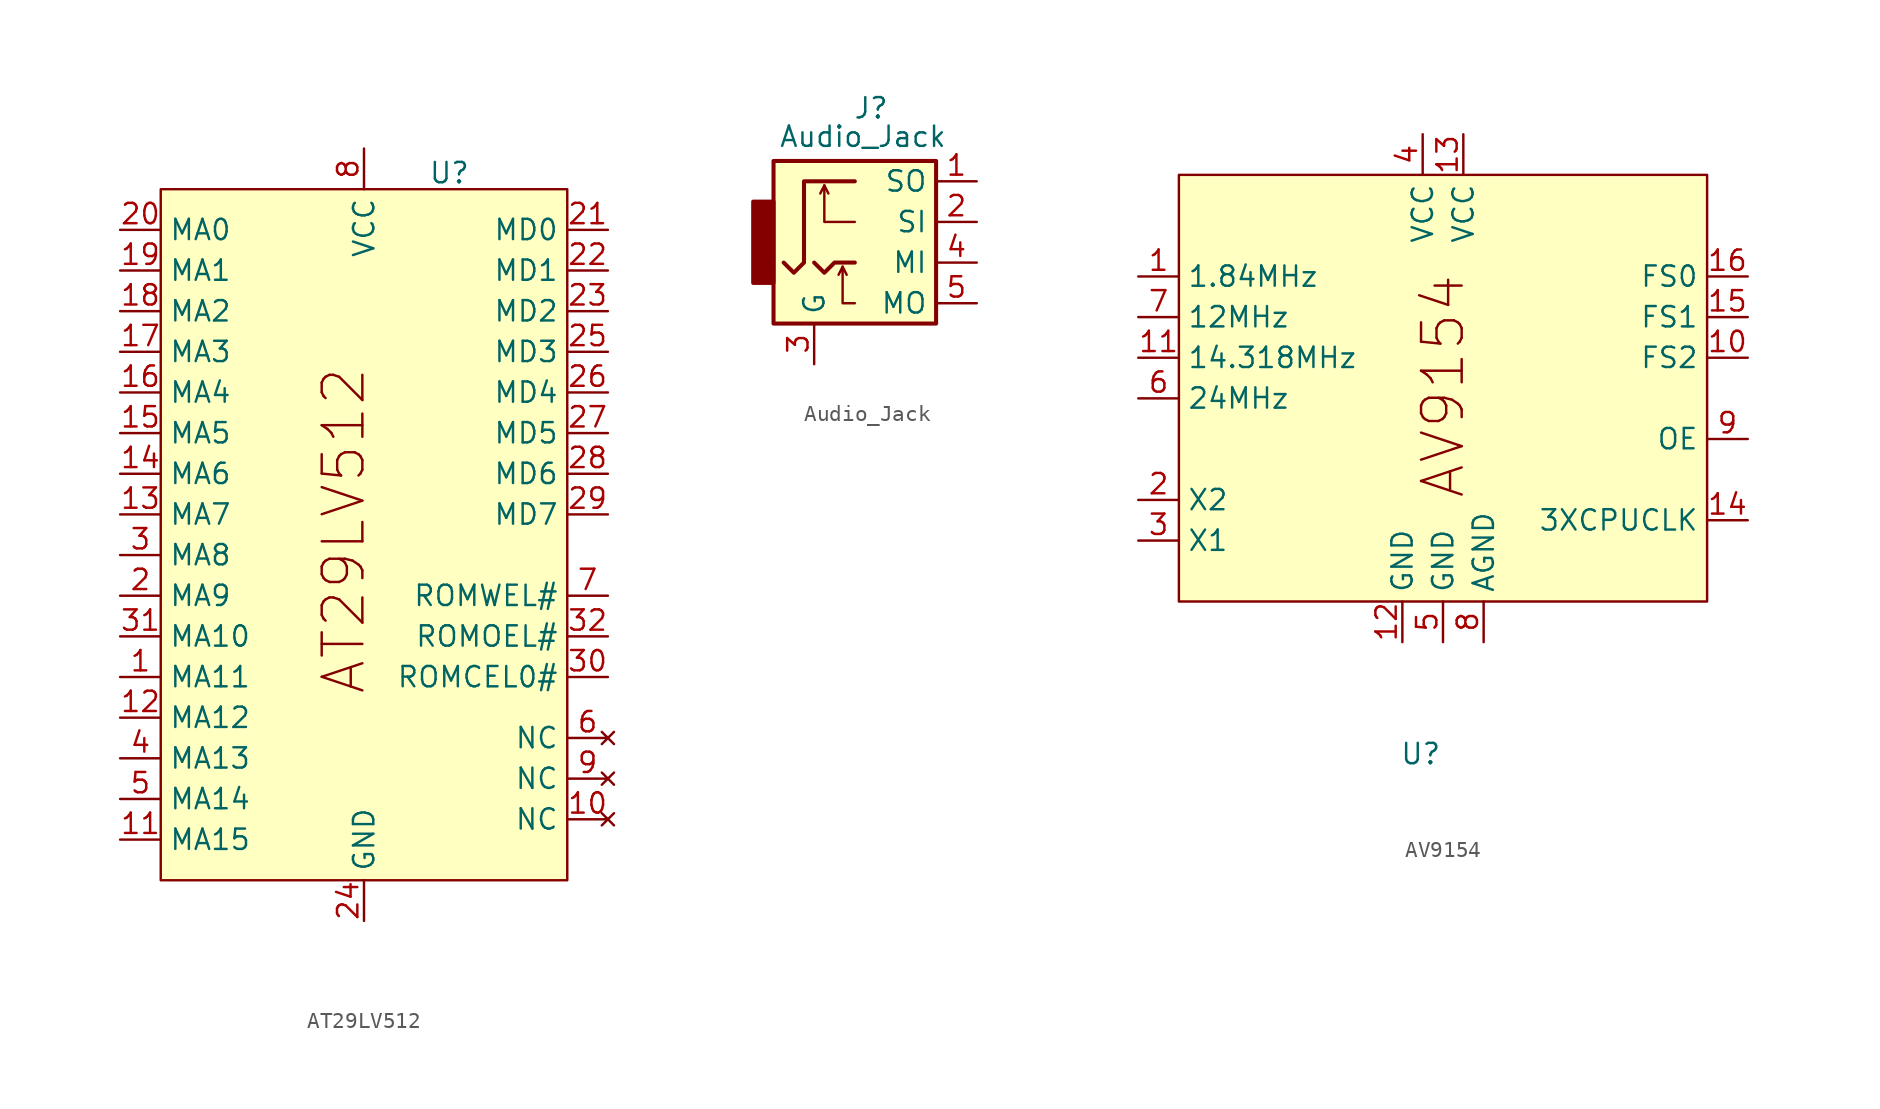
<source format=kicad_sym>
(kicad_symbol_lib
  (version 20241209)
  (generator "kicad_symbol_editor")
  (generator_version "9.0")
  (symbol "AT29LV512"
    (property "Reference" "U"
      (at 5.334 22.606 0)
      (effects (font (size 1.27 1.27))))
    (property "Value" ""
      (at 0 0 0)
      (effects (font (size 1.27 1.27))))
    (symbol "AT29LV512_1_1"
      (rectangle (start -12.7 21.59) (end 12.7 -21.59) (stroke (width 0) (type solid)) (fill (type color) (color 255 255 194 1)))
      (text "AT29LV512" (at -1.27 0.254 900) (effects (font (size 2.54 2.54))))
      (pin bidirectional line (at -15.24 19.05 0) (length 2.54) (name "MA0" (effects (font (size 1.27 1.27)))) (number "20" (effects (font (size 1.27 1.27)))))
      (pin bidirectional line (at -15.24 16.51 0) (length 2.54) (name "MA1" (effects (font (size 1.27 1.27)))) (number "19" (effects (font (size 1.27 1.27)))))
      (pin bidirectional line (at -15.24 13.97 0) (length 2.54) (name "MA2" (effects (font (size 1.27 1.27)))) (number "18" (effects (font (size 1.27 1.27)))))
      (pin bidirectional line (at -15.24 11.43 0) (length 2.54) (name "MA3" (effects (font (size 1.27 1.27)))) (number "17" (effects (font (size 1.27 1.27)))))
      (pin bidirectional line (at -15.24 8.89 0) (length 2.54) (name "MA4" (effects (font (size 1.27 1.27)))) (number "16" (effects (font (size 1.27 1.27)))))
      (pin bidirectional line (at -15.24 6.35 0) (length 2.54) (name "MA5" (effects (font (size 1.27 1.27)))) (number "15" (effects (font (size 1.27 1.27)))))
      (pin bidirectional line (at -15.24 3.81 0) (length 2.54) (name "MA6" (effects (font (size 1.27 1.27)))) (number "14" (effects (font (size 1.27 1.27)))))
      (pin bidirectional line (at -15.24 1.27 0) (length 2.54) (name "MA7" (effects (font (size 1.27 1.27)))) (number "13" (effects (font (size 1.27 1.27)))))
      (pin bidirectional line (at -15.24 -1.27 0) (length 2.54) (name "MA8" (effects (font (size 1.27 1.27)))) (number "3" (effects (font (size 1.27 1.27)))))
      (pin bidirectional line (at -15.24 -3.81 0) (length 2.54) (name "MA9" (effects (font (size 1.27 1.27)))) (number "2" (effects (font (size 1.27 1.27)))))
      (pin bidirectional line (at -15.24 -6.35 0) (length 2.54) (name "MA10" (effects (font (size 1.27 1.27)))) (number "31" (effects (font (size 1.27 1.27)))))
      (pin bidirectional line (at -15.24 -8.89 0) (length 2.54) (name "MA11" (effects (font (size 1.27 1.27)))) (number "1" (effects (font (size 1.27 1.27)))))
      (pin bidirectional line (at -15.24 -11.43 0) (length 2.54) (name "MA12" (effects (font (size 1.27 1.27)))) (number "12" (effects (font (size 1.27 1.27)))))
      (pin bidirectional line (at -15.24 -13.97 0) (length 2.54) (name "MA13" (effects (font (size 1.27 1.27)))) (number "4" (effects (font (size 1.27 1.27)))))
      (pin bidirectional line (at -15.24 -16.51 0) (length 2.54) (name "MA14" (effects (font (size 1.27 1.27)))) (number "5" (effects (font (size 1.27 1.27)))))
      (pin bidirectional line (at -15.24 -19.05 0) (length 2.54) (name "MA15" (effects (font (size 1.27 1.27)))) (number "11" (effects (font (size 1.27 1.27)))))
      (pin power_in line (at 0 24.13 270) (length 2.54) (name "VCC" (effects (font (size 1.27 1.27)))) (number "8" (effects (font (size 1.27 1.27)))))
      (pin power_in line (at 0 -24.13 90) (length 2.54) (name "GND" (effects (font (size 1.27 1.27)))) (number "24" (effects (font (size 1.27 1.27)))))
      (pin bidirectional line (at 15.24 19.05 180) (length 2.54) (name "MD0" (effects (font (size 1.27 1.27)))) (number "21" (effects (font (size 1.27 1.27)))))
      (pin bidirectional line (at 15.24 16.51 180) (length 2.54) (name "MD1" (effects (font (size 1.27 1.27)))) (number "22" (effects (font (size 1.27 1.27)))))
      (pin bidirectional line (at 15.24 13.97 180) (length 2.54) (name "MD2" (effects (font (size 1.27 1.27)))) (number "23" (effects (font (size 1.27 1.27)))))
      (pin bidirectional line (at 15.24 11.43 180) (length 2.54) (name "MD3" (effects (font (size 1.27 1.27)))) (number "25" (effects (font (size 1.27 1.27)))))
      (pin bidirectional line (at 15.24 8.89 180) (length 2.54) (name "MD4" (effects (font (size 1.27 1.27)))) (number "26" (effects (font (size 1.27 1.27)))))
      (pin bidirectional line (at 15.24 6.35 180) (length 2.54) (name "MD5" (effects (font (size 1.27 1.27)))) (number "27" (effects (font (size 1.27 1.27)))))
      (pin bidirectional line (at 15.24 3.81 180) (length 2.54) (name "MD6" (effects (font (size 1.27 1.27)))) (number "28" (effects (font (size 1.27 1.27)))))
      (pin bidirectional line (at 15.24 1.27 180) (length 2.54) (name "MD7" (effects (font (size 1.27 1.27)))) (number "29" (effects (font (size 1.27 1.27)))))
      (pin bidirectional line (at 15.24 -3.81 180) (length 2.54) (name "ROMWEL#" (effects (font (size 1.27 1.27)))) (number "7" (effects (font (size 1.27 1.27)))))
      (pin bidirectional line (at 15.24 -6.35 180) (length 2.54) (name "ROMOEL#" (effects (font (size 1.27 1.27)))) (number "32" (effects (font (size 1.27 1.27)))))
      (pin bidirectional line (at 15.24 -8.89 180) (length 2.54) (name "ROMCEL0#" (effects (font (size 1.27 1.27)))) (number "30" (effects (font (size 1.27 1.27)))))
      (pin no_connect line (at 15.24 -12.7 180) (length 2.54) (name "NC" (effects (font (size 1.27 1.27)))) (number "6" (effects (font (size 1.27 1.27)))))
      (pin no_connect line (at 15.24 -15.24 180) (length 2.54) (name "NC" (effects (font (size 1.27 1.27)))) (number "9" (effects (font (size 1.27 1.27)))))
      (pin no_connect line (at 15.24 -17.78 180) (length 2.54) (name "NC" (effects (font (size 1.27 1.27)))) (number "10" (effects (font (size 1.27 1.27)))))))
  (symbol "Audio_Jack"
    (property "Reference" "J"
      (at 1.016 8.382 0)
      (effects (font (size 1.27 1.27))))
    (property "Value" "Audio_Jack"
      (at 0.508 6.604 0)
      (effects (font (size 1.27 1.27))))
    (symbol "Audio_Jack_0_1"
      (rectangle (start -6.35 2.54) (end -5.08 -2.54) (stroke (width 0.254) (type default)) (fill (type outline)))
      (rectangle (start -5.08 5.08) (end 5.08 -5.08) (stroke (width 0.254) (type default)) (fill (type background))))
    (symbol "Audio_Jack_1_1"
      (polyline (pts (xy -2.54 -1.27) (xy -1.905 -1.905) (xy -1.27 -1.27) (xy 0 -1.27)) (stroke (width 0.254) (type default)) (fill (type none)))
      (polyline (pts (xy -1.905 3.556) (xy -1.651 3.048)) (stroke (width 0) (type default)) (fill (type none)))
      (polyline (pts (xy -0.762 -1.524) (xy -0.508 -2.032)) (stroke (width 0) (type default)) (fill (type none)))
      (polyline (pts (xy 0 3.81) (xy -3.175 3.81) (xy -3.175 -1.27) (xy -3.81 -1.905) (xy -4.445 -1.27)) (stroke (width 0.254) (type default)) (fill (type none)))
      (polyline (pts (xy 0 1.27) (xy -1.905 1.27) (xy -1.905 3.556) (xy -2.159 3.048)) (stroke (width 0) (type default)) (fill (type none)))
      (polyline (pts (xy 0 -3.81) (xy -0.762 -3.81) (xy -0.762 -1.524) (xy -1.016 -2.032)) (stroke (width 0) (type default)) (fill (type none)))
      (pin passive line (at -2.54 -7.62 90) (length 2.54) (name "G" (effects (font (size 1.27 1.27)))) (number "3" (effects (font (size 1.27 1.27)))))
      (pin passive line (at 7.62 3.81 180) (length 2.54) (name "SO" (effects (font (size 1.27 1.27)))) (number "1" (effects (font (size 1.27 1.27)))))
      (pin passive line (at 7.62 1.27 180) (length 2.54) (name "SI" (effects (font (size 1.27 1.27)))) (number "2" (effects (font (size 1.27 1.27)))))
      (pin passive line (at 7.62 -1.27 180) (length 2.54) (name "MI" (effects (font (size 1.27 1.27)))) (number "4" (effects (font (size 1.27 1.27)))))
      (pin passive line (at 7.62 -3.81 180) (length 2.54) (name "MO" (effects (font (size 1.27 1.27)))) (number "5" (effects (font (size 1.27 1.27)))))))
  (symbol "AV9154"
    (property "Reference" "U"
      (at -1.397 -23.495 0)
      (effects (font (size 1.27 1.27))))
    (property "Value" ""
      (at 0 0 0)
      (effects (font (size 1.27 1.27))))
    (symbol "AV9154_1_1"
      (rectangle (start -16.51 12.7) (end 16.51 -13.97) (stroke (width 0) (type solid)) (fill (type color) (color 255 255 194 1)))
      (text "AV9154" (at 0 -0.508 900) (effects (font (size 2.54 2.54))))
      (pin output line (at -19.05 6.35 0) (length 2.54) (name "1.84MHz" (effects (font (size 1.27 1.27)))) (number "1" (effects (font (size 1.27 1.27)))))
      (pin output line (at -19.05 3.81 0) (length 2.54) (name "12MHz" (effects (font (size 1.27 1.27)))) (number "7" (effects (font (size 1.27 1.27)))))
      (pin output line (at -19.05 1.27 0) (length 2.54) (name "14.318MHz" (effects (font (size 1.27 1.27)))) (number "11" (effects (font (size 1.27 1.27)))))
      (pin output line (at -19.05 -1.27 0) (length 2.54) (name "24MHz" (effects (font (size 1.27 1.27)))) (number "6" (effects (font (size 1.27 1.27)))))
      (pin bidirectional line (at -19.05 -7.62 0) (length 2.54) (name "X2" (effects (font (size 1.27 1.27)))) (number "2" (effects (font (size 1.27 1.27)))))
      (pin bidirectional line (at -19.05 -10.16 0) (length 2.54) (name "X1" (effects (font (size 1.27 1.27)))) (number "3" (effects (font (size 1.27 1.27)))))
      (pin power_in line (at -2.54 -16.51 90) (length 2.54) (name "GND" (effects (font (size 1.27 1.27)))) (number "12" (effects (font (size 1.27 1.27)))))
      (pin power_in line (at -1.27 15.24 270) (length 2.54) (name "VCC" (effects (font (size 1.27 1.27)))) (number "4" (effects (font (size 1.27 1.27)))))
      (pin power_in line (at 0 -16.51 90) (length 2.54) (name "GND" (effects (font (size 1.27 1.27)))) (number "5" (effects (font (size 1.27 1.27)))))
      (pin power_in line (at 1.27 15.24 270) (length 2.54) (name "VCC" (effects (font (size 1.27 1.27)))) (number "13" (effects (font (size 1.27 1.27)))))
      (pin power_in line (at 2.54 -16.51 90) (length 2.54) (name "AGND" (effects (font (size 1.27 1.27)))) (number "8" (effects (font (size 1.27 1.27)))))
      (pin input line (at 19.05 6.35 180) (length 2.54) (name "FS0" (effects (font (size 1.27 1.27)))) (number "16" (effects (font (size 1.27 1.27)))))
      (pin input line (at 19.05 3.81 180) (length 2.54) (name "FS1" (effects (font (size 1.27 1.27)))) (number "15" (effects (font (size 1.27 1.27)))))
      (pin input line (at 19.05 1.27 180) (length 2.54) (name "FS2" (effects (font (size 1.27 1.27)))) (number "10" (effects (font (size 1.27 1.27)))))
      (pin input line (at 19.05 -3.81 180) (length 2.54) (name "OE" (effects (font (size 1.27 1.27)))) (number "9" (effects (font (size 1.27 1.27)))))
      (pin input line (at 19.05 -8.89 180) (length 2.54) (name "3XCPUCLK" (effects (font (size 1.27 1.27)))) (number "14" (effects (font (size 1.27 1.27))))))))
</source>
